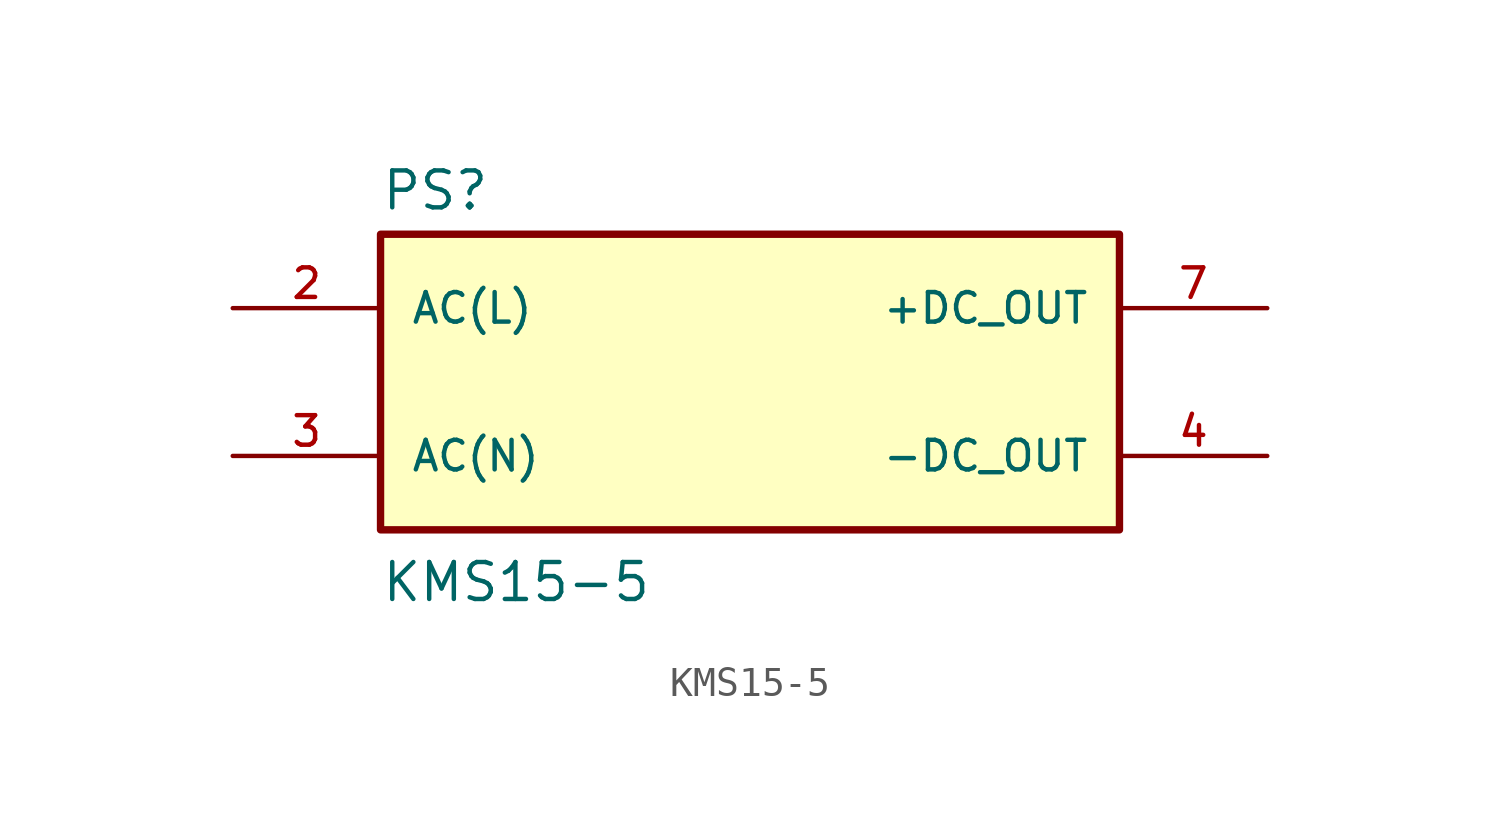
<source format=kicad_sym>
(kicad_symbol_lib
  (version 20211014)
  (generator kicad_symbol_editor)
  (symbol "KMS15-5"
    (pin_names
      (offset 1.016))
    (property "Reference" "PS"
      (at -12.7 5.842 0)
      (effects (font (size 1.27 1.27)) (justify bottom left)))
    (property "Value" "KMS15-5"
      (at -12.7 -7.62 0)
      (effects (font (size 1.27 1.27)) (justify bottom left)))
    (symbol "KMS15-5_0_0"
      (rectangle (start -12.7 -5.08) (end 12.7 5.08) (stroke (width 0.254)) (fill (type background)))
      (pin output line (at 17.78 2.54 180.0) (length 5.08) (name "+DC_OUT" (effects (font (size 1.016 1.016)))) (number "7" (effects (font (size 1.016 1.016)))))
      (pin input line (at -17.78 2.54 0) (length 5.08) (name "AC(L)" (effects (font (size 1.016 1.016)))) (number "2" (effects (font (size 1.016 1.016)))))
      (pin output line (at 17.78 -2.54 180.0) (length 5.08) (name "-DC_OUT" (effects (font (size 1.016 1.016)))) (number "4" (effects (font (size 1.016 1.016)))))
      (pin input line (at -17.78 -2.54 0) (length 5.08) (name "AC(N)" (effects (font (size 1.016 1.016)))) (number "3" (effects (font (size 1.016 1.016))))))))
</source>
